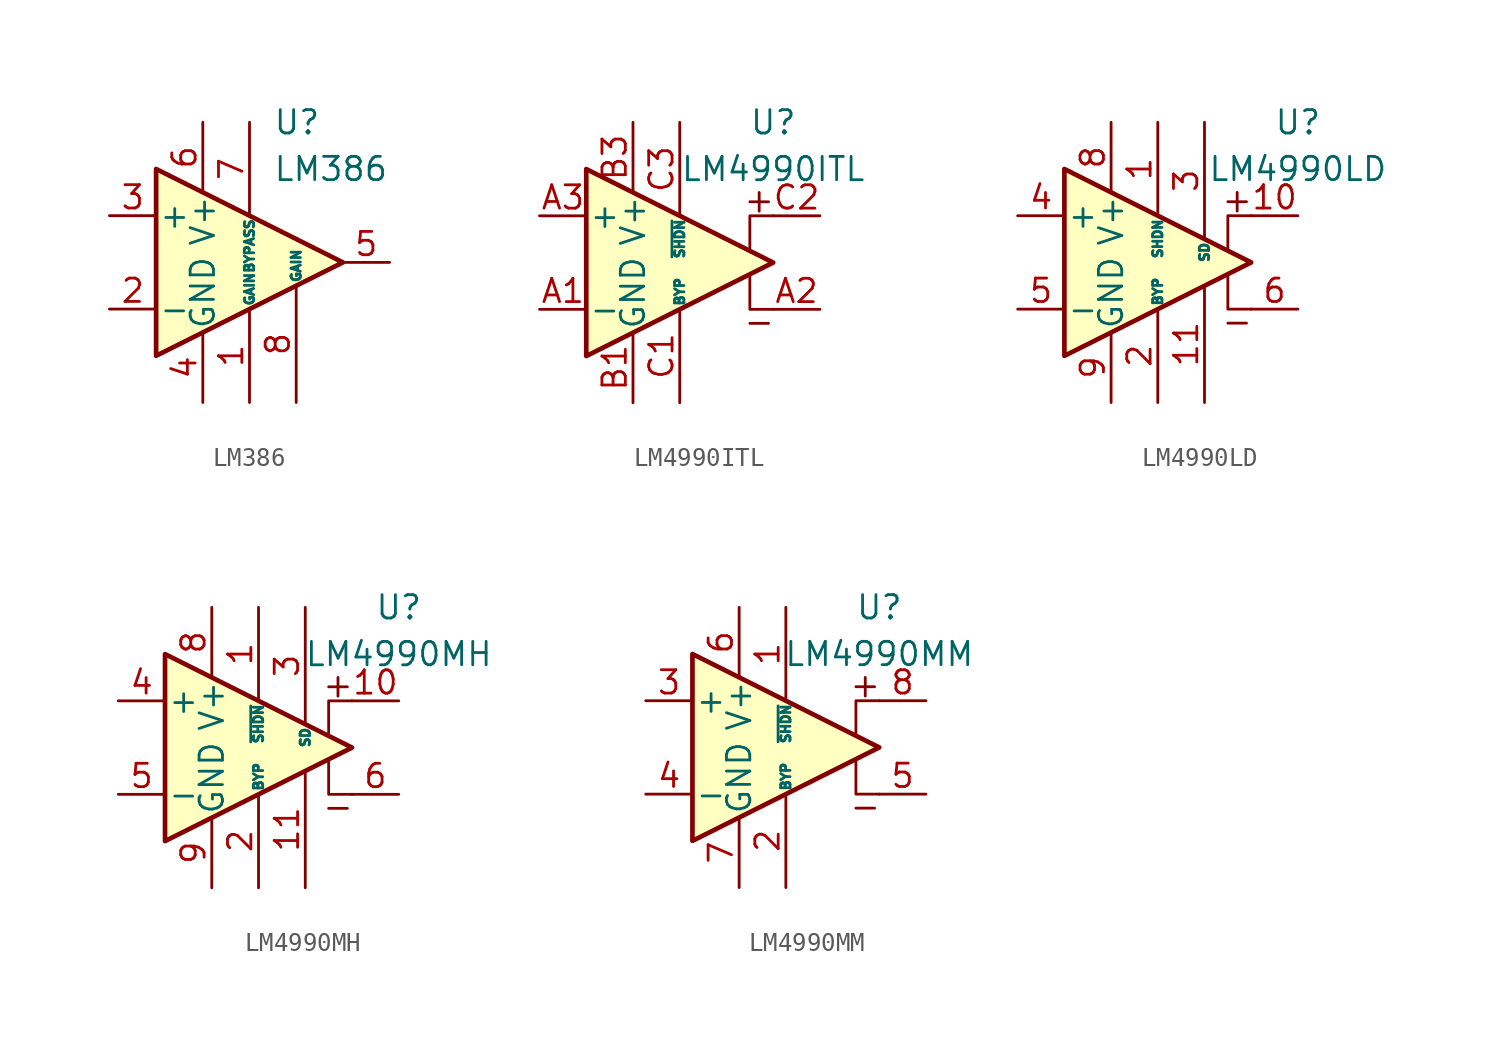
<source format=kicad_sym>
(kicad_symbol_lib
  (version 20231120)
  (generator "kicad_symbol_editor")
  (generator_version "8.0")
  (symbol "LM386"
    (pin_names
      (offset 0.127))
    (property "Reference" "U"
      (at 1.27 7.62 0)
      (effects (font (size 1.27 1.27)) (justify left)))
    (property "Value" "LM386"
      (at 1.27 5.08 0)
      (effects (font (size 1.27 1.27)) (justify left)))
    (symbol "LM386_0_1"
      (polyline (pts (xy 5.08 0) (xy -5.08 5.08) (xy -5.08 -5.08) (xy 5.08 0)) (stroke (width 0.254) (type default)) (fill (type background))))
    (symbol "LM386_1_1"
      (pin input line (at 0 -7.62 90) (length 5.08) (name "GAIN" (effects (font (size 0.508 0.508)))) (number "1" (effects (font (size 1.27 1.27)))))
      (pin input line (at -7.62 -2.54 0) (length 2.54) (name "-" (effects (font (size 1.27 1.27)))) (number "2" (effects (font (size 1.27 1.27)))))
      (pin input line (at -7.62 2.54 0) (length 2.54) (name "+" (effects (font (size 1.27 1.27)))) (number "3" (effects (font (size 1.27 1.27)))))
      (pin power_in line (at -2.54 -7.62 90) (length 3.81) (name "GND" (effects (font (size 1.27 1.27)))) (number "4" (effects (font (size 1.27 1.27)))))
      (pin output line (at 7.62 0 180) (length 2.54) (name "~" (effects (font (size 1.27 1.27)))) (number "5" (effects (font (size 1.27 1.27)))))
      (pin input line (at -2.54 7.62 270) (length 3.81) (name "V+" (effects (font (size 1.27 1.27)))) (number "6" (effects (font (size 1.27 1.27)))))
      (pin input line (at 0 7.62 270) (length 5.08) (name "BYPASS" (effects (font (size 0.508 0.508)))) (number "7" (effects (font (size 1.27 1.27)))))
      (pin input line (at 2.54 -7.62 90) (length 6.35) (name "GAIN" (effects (font (size 0.508 0.508)))) (number "8" (effects (font (size 1.27 1.27)))))))
  (symbol "LM4990ITL"
    (pin_names
      (offset 0.127))
    (property "Reference" "U"
      (at 5.08 7.62 0)
      (effects (font (size 1.27 1.27))))
    (property "Value" "LM4990ITL"
      (at 5.08 5.08 0)
      (effects (font (size 1.27 1.27))))
    (symbol "LM4990ITL_0_1"
      (polyline (pts (xy 3.81 -0.635) (xy 3.81 -2.54) (xy 5.08 -2.54)) (stroke (width 0) (type default)) (fill (type none)))
      (polyline (pts (xy 5.08 2.54) (xy 3.81 2.54) (xy 3.81 0.635)) (stroke (width 0) (type default)) (fill (type none)))
      (polyline (pts (xy -5.08 5.08) (xy 5.08 0) (xy -5.08 -5.08) (xy -5.08 5.08)) (stroke (width 0.254) (type default)) (fill (type background))))
    (symbol "LM4990ITL_1_1"
      (polyline (pts (xy 3.81 -3.302) (xy 4.826 -3.302)) (stroke (width 0) (type default)) (fill (type none)))
      (polyline (pts (xy 4.318 3.81) (xy 4.318 2.794)) (stroke (width 0) (type default)) (fill (type none)))
      (polyline (pts (xy 4.826 3.302) (xy 3.81 3.302)) (stroke (width 0) (type default)) (fill (type none)))
      (pin input line (at -7.62 -2.54 0) (length 2.54) (name "-" (effects (font (size 1.27 1.27)))) (number "A1" (effects (font (size 1.27 1.27)))))
      (pin output line (at 7.62 -2.54 180) (length 2.54) (name "~" (effects (font (size 1.27 1.27)))) (number "A2" (effects (font (size 1.27 1.27)))))
      (pin input line (at -7.62 2.54 0) (length 2.54) (name "+" (effects (font (size 1.27 1.27)))) (number "A3" (effects (font (size 1.27 1.27)))))
      (pin power_in line (at -2.54 -7.62 90) (length 3.81) (name "GND" (effects (font (size 1.27 1.27)))) (number "B1" (effects (font (size 1.27 1.27)))))
      (pin passive line (at -2.54 -7.62 90) (length 3.81) hide (name "GND" (effects (font (size 1.27 1.27)))) (number "B2" (effects (font (size 1.27 1.27)))))
      (pin power_in line (at -2.54 7.62 270) (length 3.81) (name "V+" (effects (font (size 1.27 1.27)))) (number "B3" (effects (font (size 1.27 1.27)))))
      (pin input line (at 0 -7.62 90) (length 5.08) (name "BYP" (effects (font (size 0.508 0.508)))) (number "C1" (effects (font (size 1.27 1.27)))))
      (pin output line (at 7.62 2.54 180) (length 2.54) (name "~" (effects (font (size 1.27 1.27)))) (number "C2" (effects (font (size 1.27 1.27)))))
      (pin input line (at 0 7.62 270) (length 5.08) (name "~{SHDN}" (effects (font (size 0.508 0.508)))) (number "C3" (effects (font (size 1.27 1.27)))))))
  (symbol "LM4990LD"
    (pin_names
      (offset 0.127))
    (property "Reference" "U"
      (at 7.62 7.62 0)
      (effects (font (size 1.27 1.27))))
    (property "Value" "LM4990LD"
      (at 7.62 5.08 0)
      (effects (font (size 1.27 1.27))))
    (symbol "LM4990LD_0_1"
      (polyline (pts (xy 3.81 -0.635) (xy 3.81 -2.54) (xy 5.08 -2.54)) (stroke (width 0) (type default)) (fill (type none)))
      (polyline (pts (xy 5.08 2.54) (xy 3.81 2.54) (xy 3.81 0.635)) (stroke (width 0) (type default)) (fill (type none)))
      (polyline (pts (xy -5.08 5.08) (xy 5.08 0) (xy -5.08 -5.08) (xy -5.08 5.08)) (stroke (width 0.254) (type default)) (fill (type background))))
    (symbol "LM4990LD_1_1"
      (polyline (pts (xy 3.81 -3.302) (xy 4.826 -3.302)) (stroke (width 0) (type default)) (fill (type none)))
      (polyline (pts (xy 4.318 3.81) (xy 4.318 2.794)) (stroke (width 0) (type default)) (fill (type none)))
      (polyline (pts (xy 4.826 3.302) (xy 3.81 3.302)) (stroke (width 0) (type default)) (fill (type none)))
      (pin input line (at 0 7.62 270) (length 5.08) (name "SHDN" (effects (font (size 0.508 0.508)))) (number "1" (effects (font (size 1.27 1.27)))))
      (pin output line (at 7.62 2.54 180) (length 2.54) (name "~" (effects (font (size 1.27 1.27)))) (number "10" (effects (font (size 1.27 1.27)))))
      (pin power_in line (at 2.54 -7.62 90) (length 6.35) (name "~" (effects (font (size 1.27 1.27)))) (number "11" (effects (font (size 1.27 1.27)))))
      (pin input line (at 0 -7.62 90) (length 5.08) (name "BYP" (effects (font (size 0.508 0.508)))) (number "2" (effects (font (size 1.27 1.27)))))
      (pin input line (at 2.54 7.62 270) (length 6.35) (name "SD" (effects (font (size 0.508 0.508)))) (number "3" (effects (font (size 1.27 1.27)))))
      (pin input line (at -7.62 2.54 0) (length 2.54) (name "+" (effects (font (size 1.27 1.27)))) (number "4" (effects (font (size 1.27 1.27)))))
      (pin input line (at -7.62 -2.54 0) (length 2.54) (name "-" (effects (font (size 1.27 1.27)))) (number "5" (effects (font (size 1.27 1.27)))))
      (pin output line (at 7.62 -2.54 180) (length 2.54) (name "~" (effects (font (size 1.27 1.27)))) (number "6" (effects (font (size 1.27 1.27)))))
      (pin no_connect line (at 0 2.54 270) (length 2.54) hide (name "NC" (effects (font (size 1.27 1.27)))) (number "7" (effects (font (size 1.27 1.27)))))
      (pin power_in line (at -2.54 7.62 270) (length 3.81) (name "V+" (effects (font (size 1.27 1.27)))) (number "8" (effects (font (size 1.27 1.27)))))
      (pin power_in line (at -2.54 -7.62 90) (length 3.81) (name "GND" (effects (font (size 1.27 1.27)))) (number "9" (effects (font (size 1.27 1.27)))))))
  (symbol "LM4990MH"
    (pin_names
      (offset 0.127))
    (property "Reference" "U"
      (at 7.62 7.62 0)
      (effects (font (size 1.27 1.27))))
    (property "Value" "LM4990MH"
      (at 7.62 5.08 0)
      (effects (font (size 1.27 1.27))))
    (symbol "LM4990MH_0_1"
      (polyline (pts (xy 3.81 -0.635) (xy 3.81 -2.54) (xy 5.08 -2.54)) (stroke (width 0) (type default)) (fill (type none)))
      (polyline (pts (xy 5.08 2.54) (xy 3.81 2.54) (xy 3.81 0.635)) (stroke (width 0) (type default)) (fill (type none)))
      (polyline (pts (xy -5.08 5.08) (xy 5.08 0) (xy -5.08 -5.08) (xy -5.08 5.08)) (stroke (width 0.254) (type default)) (fill (type background))))
    (symbol "LM4990MH_1_1"
      (polyline (pts (xy 3.81 -3.302) (xy 4.826 -3.302)) (stroke (width 0) (type default)) (fill (type none)))
      (polyline (pts (xy 4.318 3.81) (xy 4.318 2.794)) (stroke (width 0) (type default)) (fill (type none)))
      (polyline (pts (xy 4.826 3.302) (xy 3.81 3.302)) (stroke (width 0) (type default)) (fill (type none)))
      (pin input line (at 0 7.62 270) (length 5.08) (name "~{SHDN}" (effects (font (size 0.508 0.508)))) (number "1" (effects (font (size 1.27 1.27)))))
      (pin output line (at 7.62 2.54 180) (length 2.54) (name "~" (effects (font (size 1.27 1.27)))) (number "10" (effects (font (size 1.27 1.27)))))
      (pin power_in line (at 2.54 -7.62 90) (length 6.35) (name "~" (effects (font (size 1.27 1.27)))) (number "11" (effects (font (size 1.27 1.27)))))
      (pin input line (at 0 -7.62 90) (length 5.08) (name "BYP" (effects (font (size 0.508 0.508)))) (number "2" (effects (font (size 1.27 1.27)))))
      (pin input line (at 2.54 7.62 270) (length 6.35) (name "SD" (effects (font (size 0.508 0.508)))) (number "3" (effects (font (size 1.27 1.27)))))
      (pin input line (at -7.62 2.54 0) (length 2.54) (name "+" (effects (font (size 1.27 1.27)))) (number "4" (effects (font (size 1.27 1.27)))))
      (pin input line (at -7.62 -2.54 0) (length 2.54) (name "-" (effects (font (size 1.27 1.27)))) (number "5" (effects (font (size 1.27 1.27)))))
      (pin output line (at 7.62 -2.54 180) (length 2.54) (name "~" (effects (font (size 1.27 1.27)))) (number "6" (effects (font (size 1.27 1.27)))))
      (pin no_connect line (at 0 2.54 270) (length 2.54) hide (name "NC" (effects (font (size 1.27 1.27)))) (number "7" (effects (font (size 1.27 1.27)))))
      (pin power_in line (at -2.54 7.62 270) (length 3.81) (name "V+" (effects (font (size 1.27 1.27)))) (number "8" (effects (font (size 1.27 1.27)))))
      (pin power_in line (at -2.54 -7.62 90) (length 3.81) (name "GND" (effects (font (size 1.27 1.27)))) (number "9" (effects (font (size 1.27 1.27)))))))
  (symbol "LM4990MM"
    (pin_names
      (offset 0.127))
    (property "Reference" "U"
      (at 5.08 7.62 0)
      (effects (font (size 1.27 1.27))))
    (property "Value" "LM4990MM"
      (at 5.08 5.08 0)
      (effects (font (size 1.27 1.27))))
    (symbol "LM4990MM_0_1"
      (polyline (pts (xy 3.81 -0.635) (xy 3.81 -2.54) (xy 5.08 -2.54)) (stroke (width 0) (type default)) (fill (type none)))
      (polyline (pts (xy 5.08 2.54) (xy 3.81 2.54) (xy 3.81 0.635)) (stroke (width 0) (type default)) (fill (type none)))
      (polyline (pts (xy -5.08 5.08) (xy 5.08 0) (xy -5.08 -5.08) (xy -5.08 5.08)) (stroke (width 0.254) (type default)) (fill (type background))))
    (symbol "LM4990MM_1_1"
      (polyline (pts (xy 3.81 -3.302) (xy 4.826 -3.302)) (stroke (width 0) (type default)) (fill (type none)))
      (polyline (pts (xy 4.318 3.81) (xy 4.318 2.794)) (stroke (width 0) (type default)) (fill (type none)))
      (polyline (pts (xy 4.826 3.302) (xy 3.81 3.302)) (stroke (width 0) (type default)) (fill (type none)))
      (pin input line (at 0 7.62 270) (length 5.08) (name "~{SHDN}" (effects (font (size 0.508 0.508)))) (number "1" (effects (font (size 1.27 1.27)))))
      (pin input line (at 0 -7.62 90) (length 5.08) (name "BYP" (effects (font (size 0.508 0.508)))) (number "2" (effects (font (size 1.27 1.27)))))
      (pin input line (at -7.62 2.54 0) (length 2.54) (name "+" (effects (font (size 1.27 1.27)))) (number "3" (effects (font (size 1.27 1.27)))))
      (pin input line (at -7.62 -2.54 0) (length 2.54) (name "-" (effects (font (size 1.27 1.27)))) (number "4" (effects (font (size 1.27 1.27)))))
      (pin output line (at 7.62 -2.54 180) (length 2.54) (name "~" (effects (font (size 1.27 1.27)))) (number "5" (effects (font (size 1.27 1.27)))))
      (pin power_in line (at -2.54 7.62 270) (length 3.81) (name "V+" (effects (font (size 1.27 1.27)))) (number "6" (effects (font (size 1.27 1.27)))))
      (pin power_in line (at -2.54 -7.62 90) (length 3.81) (name "GND" (effects (font (size 1.27 1.27)))) (number "7" (effects (font (size 1.27 1.27)))))
      (pin output line (at 7.62 2.54 180) (length 2.54) (name "~" (effects (font (size 1.27 1.27)))) (number "8" (effects (font (size 1.27 1.27))))))))
</source>
